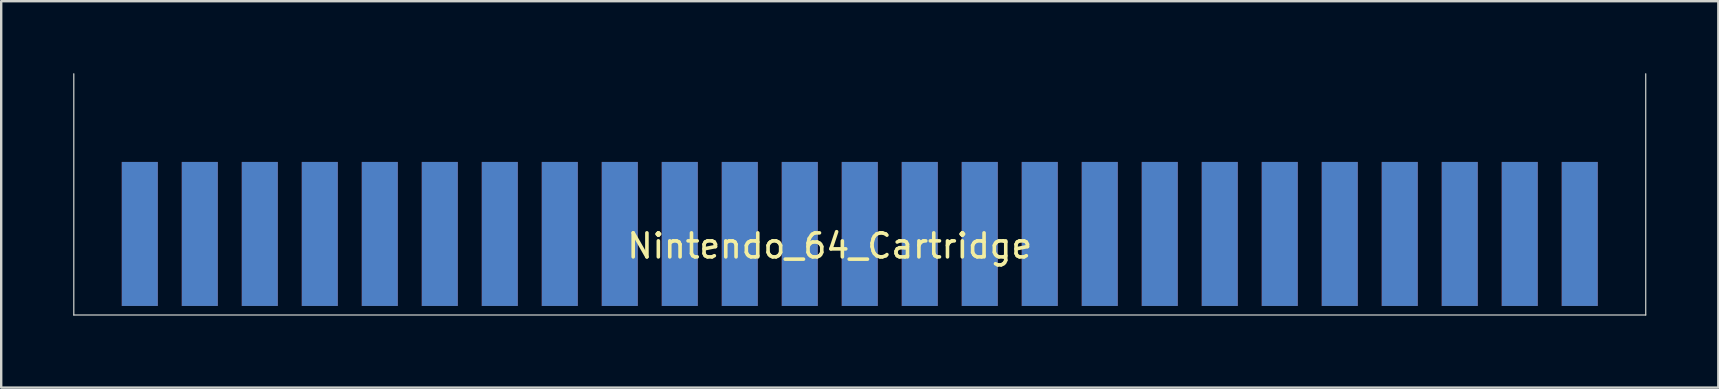
<source format=kicad_pcb>
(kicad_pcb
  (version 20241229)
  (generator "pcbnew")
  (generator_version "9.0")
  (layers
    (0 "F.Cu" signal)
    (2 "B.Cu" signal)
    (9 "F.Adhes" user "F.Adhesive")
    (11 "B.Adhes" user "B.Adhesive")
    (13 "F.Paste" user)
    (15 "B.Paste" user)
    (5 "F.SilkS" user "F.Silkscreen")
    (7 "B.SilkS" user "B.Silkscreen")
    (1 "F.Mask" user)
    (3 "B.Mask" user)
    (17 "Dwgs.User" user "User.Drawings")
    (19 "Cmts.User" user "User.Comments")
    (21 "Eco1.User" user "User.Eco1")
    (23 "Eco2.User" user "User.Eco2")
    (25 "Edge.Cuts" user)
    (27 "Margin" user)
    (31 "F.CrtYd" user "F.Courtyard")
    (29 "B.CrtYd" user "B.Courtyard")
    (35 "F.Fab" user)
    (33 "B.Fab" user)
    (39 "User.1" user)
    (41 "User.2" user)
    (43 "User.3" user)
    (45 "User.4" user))
  (footprint "Nintendo_64_Cartridge"
    (layer "F.Cu")
    (at 33.836 6.469)
    (property "Reference" "Nintendo_64_Cartridge" (at -2.311 0.729 0) (layer "F.SilkS") (effects (font (size 1 1) (thickness 0.15))))
    (attr through_hole)
    (fp_poly (pts (xy -33.757 3.556) (xy 31.648 3.581) (xy 31.648 -2.743) (xy -33.757 -2.794)) (stroke (width 0.1) (type solid)) (fill yes) (layer "F.Mask"))
    (fp_poly (pts (xy -33.757 3.556) (xy 31.648 3.581) (xy 31.648 -2.743) (xy -33.757 -2.794)) (stroke (width 0.1) (type solid)) (fill yes) (layer "B.Mask"))
    (fp_line (start -33.811 3.607) (end -33.811 -6.444) (stroke (width 0.05) (type solid)) (layer "Edge.Cuts"))
    (fp_line (start 31.689 -6.444) (end 31.689 3.607) (stroke (width 0.05) (type solid)) (layer "Edge.Cuts"))
    (fp_line (start 31.689 3.607) (end -33.811 3.607) (stroke (width 0.05) (type solid)) (layer "Edge.Cuts"))
    (pad "1" connect rect (at 28.939 0.229) (size 1.5 6) (layers "B.Cu" "B.Mask"))
    (pad "2" connect rect (at 26.439 0.229) (size 1.5 6) (layers "B.Cu" "B.Mask"))
    (pad "3" connect rect (at 23.939 0.229) (size 1.5 6) (layers "B.Cu" "B.Mask"))
    (pad "4" connect rect (at 21.439 0.229) (size 1.5 6) (layers "B.Cu" "B.Mask"))
    (pad "5" connect rect (at 18.939 0.229) (size 1.5 6) (layers "B.Cu" "B.Mask"))
    (pad "6" connect rect (at 16.439 0.229) (size 1.5 6) (layers "B.Cu" "B.Mask"))
    (pad "7" connect rect (at 13.939 0.229) (size 1.5 6) (layers "B.Cu" "B.Mask"))
    (pad "8" connect rect (at 11.439 0.229) (size 1.5 6) (layers "B.Cu" "B.Mask"))
    (pad "9" connect rect (at 8.939 0.229) (size 1.5 6) (layers "B.Cu" "B.Mask"))
    (pad "10" connect rect (at 6.439 0.229) (size 1.5 6) (layers "B.Cu" "B.Mask"))
    (pad "11" connect rect (at 3.939 0.229) (size 1.5 6) (layers "B.Cu" "B.Mask"))
    (pad "12" connect rect (at 1.439 0.229) (size 1.5 6) (layers "B.Cu" "B.Mask"))
    (pad "13" connect rect (at -1.061 0.229) (size 1.5 6) (layers "B.Cu" "B.Mask"))
    (pad "14" connect rect (at -3.561 0.229) (size 1.5 6) (layers "B.Cu" "B.Mask"))
    (pad "15" connect rect (at -6.061 0.229) (size 1.5 6) (layers "B.Cu" "B.Mask"))
    (pad "16" connect rect (at -8.561 0.229) (size 1.5 6) (layers "B.Cu" "B.Mask"))
    (pad "17" connect rect (at -11.061 0.229) (size 1.5 6) (layers "B.Cu" "B.Mask"))
    (pad "18" connect rect (at -13.561 0.229) (size 1.5 6) (layers "B.Cu" "B.Mask"))
    (pad "19" connect rect (at -16.061 0.229) (size 1.5 6) (layers "B.Cu" "B.Mask"))
    (pad "20" connect rect (at -18.561 0.229) (size 1.5 6) (layers "B.Cu" "B.Mask"))
    (pad "21" connect rect (at -21.061 0.229) (size 1.5 6) (layers "B.Cu" "B.Mask"))
    (pad "22" connect rect (at -23.561 0.229) (size 1.5 6) (layers "B.Cu" "B.Mask"))
    (pad "23" connect rect (at -26.061 0.229) (size 1.5 6) (layers "B.Cu" "B.Mask"))
    (pad "24" connect rect (at -28.561 0.229) (size 1.5 6) (layers "B.Cu" "B.Mask"))
    (pad "25" connect rect (at -31.061 0.229) (size 1.5 6) (layers "B.Cu" "B.Mask"))
    (pad "26" connect rect (at 28.939 0.229) (size 1.5 6) (layers "F.Cu" "F.Mask"))
    (pad "27" connect rect (at 26.439 0.229) (size 1.5 6) (layers "F.Cu" "F.Mask"))
    (pad "28" connect rect (at 23.939 0.229) (size 1.5 6) (layers "F.Cu" "F.Mask"))
    (pad "29" connect rect (at 21.439 0.229) (size 1.5 6) (layers "F.Cu" "F.Mask"))
    (pad "30" connect rect (at 18.939 0.229) (size 1.5 6) (layers "F.Cu" "F.Mask"))
    (pad "31" connect rect (at 16.439 0.229) (size 1.5 6) (layers "F.Cu" "F.Mask"))
    (pad "32" connect rect (at 13.939 0.229) (size 1.5 6) (layers "F.Cu" "F.Mask"))
    (pad "33" connect rect (at 11.439 0.229) (size 1.5 6) (layers "F.Cu" "F.Mask"))
    (pad "34" connect rect (at 8.939 0.229) (size 1.5 6) (layers "F.Cu" "F.Mask"))
    (pad "35" connect rect (at 6.439 0.229) (size 1.5 6) (layers "F.Cu" "F.Mask"))
    (pad "36" connect rect (at 3.939 0.229) (size 1.5 6) (layers "F.Cu" "F.Mask"))
    (pad "37" connect rect (at 1.439 0.229) (size 1.5 6) (layers "F.Cu" "F.Mask"))
    (pad "38" connect rect (at -1.061 0.229) (size 1.5 6) (layers "F.Cu" "F.Mask"))
    (pad "39" connect rect (at -3.561 0.229) (size 1.5 6) (layers "F.Cu" "F.Mask"))
    (pad "40" connect rect (at -6.061 0.229) (size 1.5 6) (layers "F.Cu" "F.Mask"))
    (pad "41" connect rect (at -8.561 0.229) (size 1.5 6) (layers "F.Cu" "F.Mask"))
    (pad "42" connect rect (at -11.061 0.229) (size 1.5 6) (layers "F.Cu" "F.Mask"))
    (pad "43" connect rect (at -13.561 0.229) (size 1.5 6) (layers "F.Cu" "F.Mask"))
    (pad "44" connect rect (at -16.061 0.229) (size 1.5 6) (layers "F.Cu" "F.Mask"))
    (pad "45" connect rect (at -18.561 0.229) (size 1.5 6) (layers "F.Cu" "F.Mask"))
    (pad "46" connect rect (at -21.061 0.229) (size 1.5 6) (layers "F.Cu" "F.Mask"))
    (pad "47" connect rect (at -23.561 0.229) (size 1.5 6) (layers "F.Cu" "F.Mask"))
    (pad "48" connect rect (at -26.061 0.229) (size 1.5 6) (layers "F.Cu" "F.Mask"))
    (pad "49" connect rect (at -28.561 0.229) (size 1.5 6) (layers "F.Cu" "F.Mask"))
    (pad "50" connect rect (at -31.061 0.229) (size 1.5 6) (layers "F.Cu" "F.Mask")))
  (gr_rect
    (start -3 -3)
    (end 68.55 13.101)
    (stroke (width 0.1) (type default))
    (fill no)
    (layer "Edge.Cuts")))
</source>
